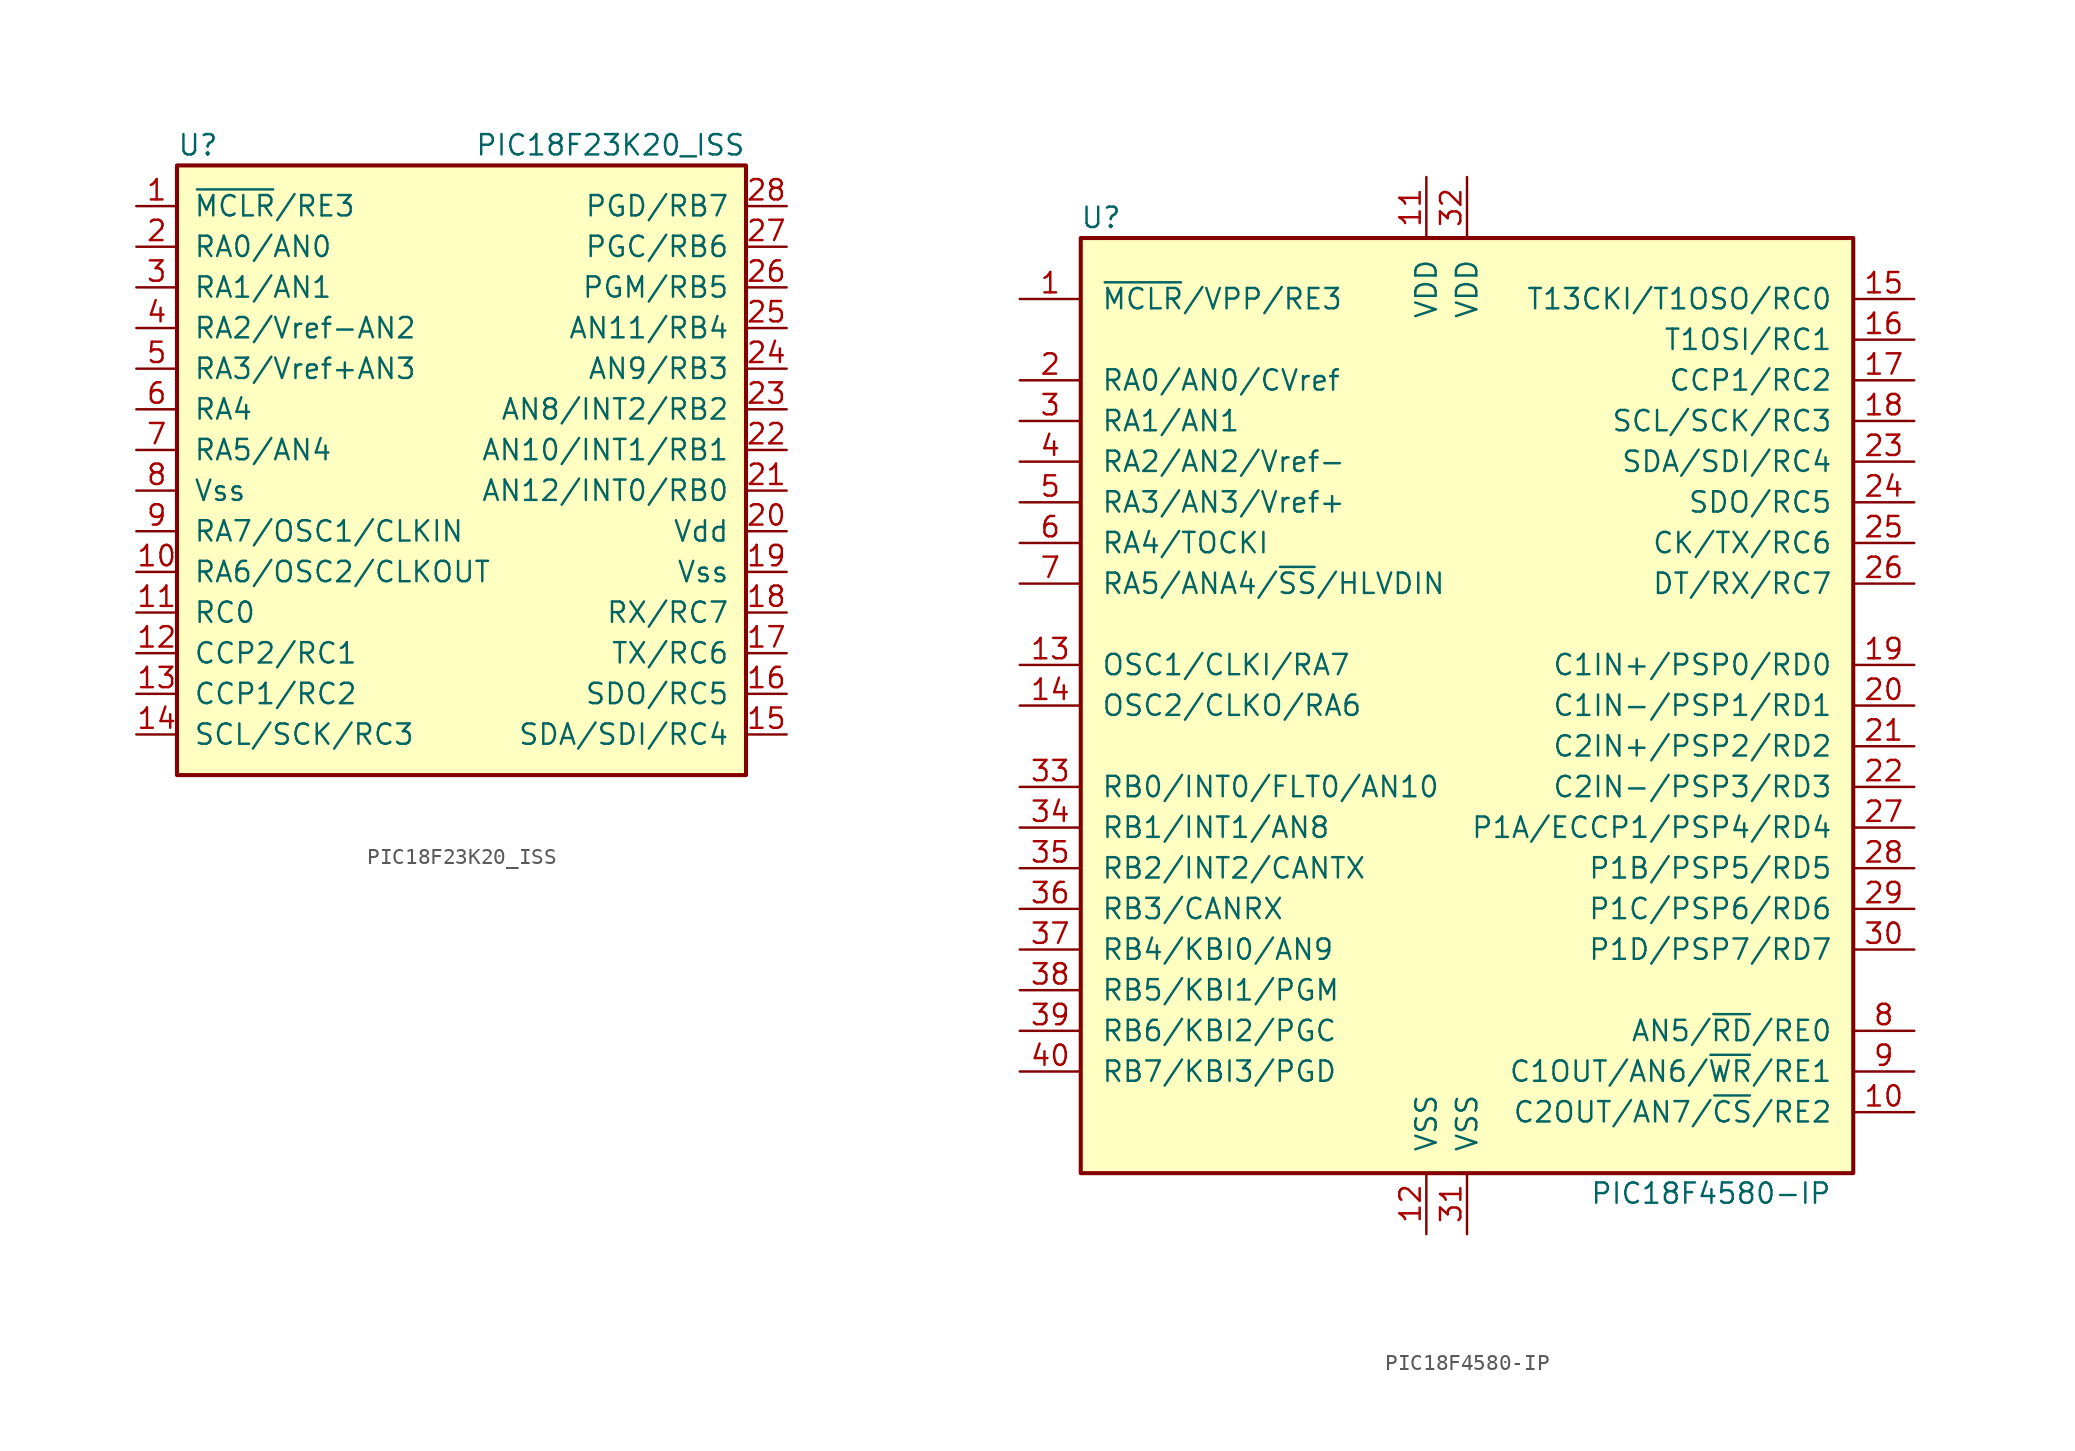
<source format=kicad_sym>
(kicad_symbol_lib
  (version 20211014)
  (generator kicad_symbol_editor)
  (symbol "PIC18F23K20_ISS"
    (pin_names
      (offset 1.016))
    (property "Reference" "U"
      (at -17.78 24.13 0)
      (effects (font (size 1.27 1.27)) (justify left)))
    (property "Value" "PIC18F23K20_ISS"
      (at 17.78 24.13 0)
      (effects (font (size 1.27 1.27)) (justify right)))
    (symbol "PIC18F23K20_ISS_0_1"
      (rectangle (start -17.78 22.86) (end 17.78 -15.24) (stroke (width 0.254) (type default) (color 0 0 0 0)) (fill (type background))))
    (symbol "PIC18F23K20_ISS_1_1"
      (pin bidirectional line (at -20.32 20.32 0) (length 2.54) (name "~{MCLR}/RE3" (effects (font (size 1.27 1.27)))) (number "1" (effects (font (size 1.27 1.27)))))
      (pin input line (at -20.32 -2.54 0) (length 2.54) (name "RA6/OSC2/CLKOUT" (effects (font (size 1.27 1.27)))) (number "10" (effects (font (size 1.27 1.27)))))
      (pin bidirectional line (at -20.32 -5.08 0) (length 2.54) (name "RC0" (effects (font (size 1.27 1.27)))) (number "11" (effects (font (size 1.27 1.27)))))
      (pin bidirectional line (at -20.32 -7.62 0) (length 2.54) (name "CCP2/RC1" (effects (font (size 1.27 1.27)))) (number "12" (effects (font (size 1.27 1.27)))))
      (pin bidirectional line (at -20.32 -10.16 0) (length 2.54) (name "CCP1/RC2" (effects (font (size 1.27 1.27)))) (number "13" (effects (font (size 1.27 1.27)))))
      (pin bidirectional line (at -20.32 -12.7 0) (length 2.54) (name "SCL/SCK/RC3" (effects (font (size 1.27 1.27)))) (number "14" (effects (font (size 1.27 1.27)))))
      (pin bidirectional line (at 20.32 -12.7 180) (length 2.54) (name "SDA/SDI/RC4" (effects (font (size 1.27 1.27)))) (number "15" (effects (font (size 1.27 1.27)))))
      (pin bidirectional line (at 20.32 -10.16 180) (length 2.54) (name "SDO/RC5" (effects (font (size 1.27 1.27)))) (number "16" (effects (font (size 1.27 1.27)))))
      (pin bidirectional line (at 20.32 -7.62 180) (length 2.54) (name "TX/RC6" (effects (font (size 1.27 1.27)))) (number "17" (effects (font (size 1.27 1.27)))))
      (pin bidirectional line (at 20.32 -5.08 180) (length 2.54) (name "RX/RC7" (effects (font (size 1.27 1.27)))) (number "18" (effects (font (size 1.27 1.27)))))
      (pin power_in line (at 20.32 -2.54 180) (length 2.54) (name "Vss" (effects (font (size 1.27 1.27)))) (number "19" (effects (font (size 1.27 1.27)))))
      (pin bidirectional line (at -20.32 17.78 0) (length 2.54) (name "RA0/AN0" (effects (font (size 1.27 1.27)))) (number "2" (effects (font (size 1.27 1.27)))))
      (pin power_in line (at 20.32 0 180) (length 2.54) (name "Vdd" (effects (font (size 1.27 1.27)))) (number "20" (effects (font (size 1.27 1.27)))))
      (pin bidirectional line (at 20.32 2.54 180) (length 2.54) (name "AN12/INT0/RB0" (effects (font (size 1.27 1.27)))) (number "21" (effects (font (size 1.27 1.27)))))
      (pin bidirectional line (at 20.32 5.08 180) (length 2.54) (name "AN10/INT1/RB1" (effects (font (size 1.27 1.27)))) (number "22" (effects (font (size 1.27 1.27)))))
      (pin bidirectional line (at 20.32 7.62 180) (length 2.54) (name "AN8/INT2/RB2" (effects (font (size 1.27 1.27)))) (number "23" (effects (font (size 1.27 1.27)))))
      (pin bidirectional line (at 20.32 10.16 180) (length 2.54) (name "AN9/RB3" (effects (font (size 1.27 1.27)))) (number "24" (effects (font (size 1.27 1.27)))))
      (pin bidirectional line (at 20.32 12.7 180) (length 2.54) (name "AN11/RB4" (effects (font (size 1.27 1.27)))) (number "25" (effects (font (size 1.27 1.27)))))
      (pin bidirectional line (at 20.32 15.24 180) (length 2.54) (name "PGM/RB5" (effects (font (size 1.27 1.27)))) (number "26" (effects (font (size 1.27 1.27)))))
      (pin bidirectional line (at 20.32 17.78 180) (length 2.54) (name "PGC/RB6" (effects (font (size 1.27 1.27)))) (number "27" (effects (font (size 1.27 1.27)))))
      (pin bidirectional line (at 20.32 20.32 180) (length 2.54) (name "PGD/RB7" (effects (font (size 1.27 1.27)))) (number "28" (effects (font (size 1.27 1.27)))))
      (pin bidirectional line (at -20.32 15.24 0) (length 2.54) (name "RA1/AN1" (effects (font (size 1.27 1.27)))) (number "3" (effects (font (size 1.27 1.27)))))
      (pin bidirectional line (at -20.32 12.7 0) (length 2.54) (name "RA2/Vref-AN2" (effects (font (size 1.27 1.27)))) (number "4" (effects (font (size 1.27 1.27)))))
      (pin bidirectional line (at -20.32 10.16 0) (length 2.54) (name "RA3/Vref+AN3" (effects (font (size 1.27 1.27)))) (number "5" (effects (font (size 1.27 1.27)))))
      (pin power_in line (at -20.32 7.62 0) (length 2.54) (name "RA4" (effects (font (size 1.27 1.27)))) (number "6" (effects (font (size 1.27 1.27)))))
      (pin bidirectional line (at -20.32 5.08 0) (length 2.54) (name "RA5/AN4" (effects (font (size 1.27 1.27)))) (number "7" (effects (font (size 1.27 1.27)))))
      (pin power_in line (at -20.32 2.54 0) (length 2.54) (name "Vss" (effects (font (size 1.27 1.27)))) (number "8" (effects (font (size 1.27 1.27)))))
      (pin input line (at -20.32 0 0) (length 2.54) (name "RA7/OSC1/CLKIN" (effects (font (size 1.27 1.27)))) (number "9" (effects (font (size 1.27 1.27)))))))
  (symbol "PIC18F4580-IP"
    (pin_names
      (offset 1.27))
    (property "Reference" "U"
      (at -22.86 30.48 0)
      (effects (font (size 1.27 1.27))))
    (property "Value" "PIC18F4580-IP"
      (at 15.24 -30.48 0)
      (effects (font (size 1.27 1.27))))
    (symbol "PIC18F4580-IP_0_1"
      (rectangle (start -24.13 -29.21) (end 24.13 29.21) (stroke (width 0.254) (type default) (color 0 0 0 0)) (fill (type background))))
    (symbol "PIC18F4580-IP_1_1"
      (pin input line (at -27.94 25.4 0) (length 3.81) (name "~{MCLR}/VPP/RE3" (effects (font (size 1.27 1.27)))) (number "1" (effects (font (size 1.27 1.27)))))
      (pin bidirectional line (at 27.94 -25.4 180) (length 3.81) (name "C2OUT/AN7/~{CS}/RE2" (effects (font (size 1.27 1.27)))) (number "10" (effects (font (size 1.27 1.27)))))
      (pin power_in line (at -2.54 33.02 270) (length 3.81) (name "VDD" (effects (font (size 1.27 1.27)))) (number "11" (effects (font (size 1.27 1.27)))))
      (pin power_in line (at -2.54 -33.02 90) (length 3.81) (name "VSS" (effects (font (size 1.27 1.27)))) (number "12" (effects (font (size 1.27 1.27)))))
      (pin input line (at -27.94 2.54 0) (length 3.81) (name "OSC1/CLKI/RA7" (effects (font (size 1.27 1.27)))) (number "13" (effects (font (size 1.27 1.27)))))
      (pin output line (at -27.94 0 0) (length 3.81) (name "OSC2/CLKO/RA6" (effects (font (size 1.27 1.27)))) (number "14" (effects (font (size 1.27 1.27)))))
      (pin bidirectional line (at 27.94 25.4 180) (length 3.81) (name "T13CKI/T1OSO/RC0" (effects (font (size 1.27 1.27)))) (number "15" (effects (font (size 1.27 1.27)))))
      (pin bidirectional line (at 27.94 22.86 180) (length 3.81) (name "T1OSI/RC1" (effects (font (size 1.27 1.27)))) (number "16" (effects (font (size 1.27 1.27)))))
      (pin bidirectional line (at 27.94 20.32 180) (length 3.81) (name "CCP1/RC2" (effects (font (size 1.27 1.27)))) (number "17" (effects (font (size 1.27 1.27)))))
      (pin bidirectional line (at 27.94 17.78 180) (length 3.81) (name "SCL/SCK/RC3" (effects (font (size 1.27 1.27)))) (number "18" (effects (font (size 1.27 1.27)))))
      (pin bidirectional line (at 27.94 2.54 180) (length 3.81) (name "C1IN+/PSP0/RD0" (effects (font (size 1.27 1.27)))) (number "19" (effects (font (size 1.27 1.27)))))
      (pin bidirectional line (at -27.94 20.32 0) (length 3.81) (name "RA0/AN0/CVref" (effects (font (size 1.27 1.27)))) (number "2" (effects (font (size 1.27 1.27)))))
      (pin bidirectional line (at 27.94 0 180) (length 3.81) (name "C1IN-/PSP1/RD1" (effects (font (size 1.27 1.27)))) (number "20" (effects (font (size 1.27 1.27)))))
      (pin bidirectional line (at 27.94 -2.54 180) (length 3.81) (name "C2IN+/PSP2/RD2" (effects (font (size 1.27 1.27)))) (number "21" (effects (font (size 1.27 1.27)))))
      (pin bidirectional line (at 27.94 -5.08 180) (length 3.81) (name "C2IN-/PSP3/RD3" (effects (font (size 1.27 1.27)))) (number "22" (effects (font (size 1.27 1.27)))))
      (pin bidirectional line (at 27.94 15.24 180) (length 3.81) (name "SDA/SDI/RC4" (effects (font (size 1.27 1.27)))) (number "23" (effects (font (size 1.27 1.27)))))
      (pin bidirectional line (at 27.94 12.7 180) (length 3.81) (name "SDO/RC5" (effects (font (size 1.27 1.27)))) (number "24" (effects (font (size 1.27 1.27)))))
      (pin bidirectional line (at 27.94 10.16 180) (length 3.81) (name "CK/TX/RC6" (effects (font (size 1.27 1.27)))) (number "25" (effects (font (size 1.27 1.27)))))
      (pin bidirectional line (at 27.94 7.62 180) (length 3.81) (name "DT/RX/RC7" (effects (font (size 1.27 1.27)))) (number "26" (effects (font (size 1.27 1.27)))))
      (pin bidirectional line (at 27.94 -7.62 180) (length 3.81) (name "P1A/ECCP1/PSP4/RD4" (effects (font (size 1.27 1.27)))) (number "27" (effects (font (size 1.27 1.27)))))
      (pin bidirectional line (at 27.94 -10.16 180) (length 3.81) (name "P1B/PSP5/RD5" (effects (font (size 1.27 1.27)))) (number "28" (effects (font (size 1.27 1.27)))))
      (pin bidirectional line (at 27.94 -12.7 180) (length 3.81) (name "P1C/PSP6/RD6" (effects (font (size 1.27 1.27)))) (number "29" (effects (font (size 1.27 1.27)))))
      (pin bidirectional line (at -27.94 17.78 0) (length 3.81) (name "RA1/AN1" (effects (font (size 1.27 1.27)))) (number "3" (effects (font (size 1.27 1.27)))))
      (pin bidirectional line (at 27.94 -15.24 180) (length 3.81) (name "P1D/PSP7/RD7" (effects (font (size 1.27 1.27)))) (number "30" (effects (font (size 1.27 1.27)))))
      (pin power_in line (at 0 -33.02 90) (length 3.81) (name "VSS" (effects (font (size 1.27 1.27)))) (number "31" (effects (font (size 1.27 1.27)))))
      (pin power_in line (at 0 33.02 270) (length 3.81) (name "VDD" (effects (font (size 1.27 1.27)))) (number "32" (effects (font (size 1.27 1.27)))))
      (pin bidirectional line (at -27.94 -5.08 0) (length 3.81) (name "RB0/INT0/FLT0/AN10" (effects (font (size 1.27 1.27)))) (number "33" (effects (font (size 1.27 1.27)))))
      (pin bidirectional line (at -27.94 -7.62 0) (length 3.81) (name "RB1/INT1/AN8" (effects (font (size 1.27 1.27)))) (number "34" (effects (font (size 1.27 1.27)))))
      (pin bidirectional line (at -27.94 -10.16 0) (length 3.81) (name "RB2/INT2/CANTX" (effects (font (size 1.27 1.27)))) (number "35" (effects (font (size 1.27 1.27)))))
      (pin bidirectional line (at -27.94 -12.7 0) (length 3.81) (name "RB3/CANRX" (effects (font (size 1.27 1.27)))) (number "36" (effects (font (size 1.27 1.27)))))
      (pin bidirectional line (at -27.94 -15.24 0) (length 3.81) (name "RB4/KBI0/AN9" (effects (font (size 1.27 1.27)))) (number "37" (effects (font (size 1.27 1.27)))))
      (pin bidirectional line (at -27.94 -17.78 0) (length 3.81) (name "RB5/KBI1/PGM" (effects (font (size 1.27 1.27)))) (number "38" (effects (font (size 1.27 1.27)))))
      (pin bidirectional line (at -27.94 -20.32 0) (length 3.81) (name "RB6/KBI2/PGC" (effects (font (size 1.27 1.27)))) (number "39" (effects (font (size 1.27 1.27)))))
      (pin bidirectional line (at -27.94 15.24 0) (length 3.81) (name "RA2/AN2/Vref-" (effects (font (size 1.27 1.27)))) (number "4" (effects (font (size 1.27 1.27)))))
      (pin bidirectional line (at -27.94 -22.86 0) (length 3.81) (name "RB7/KBI3/PGD" (effects (font (size 1.27 1.27)))) (number "40" (effects (font (size 1.27 1.27)))))
      (pin bidirectional line (at -27.94 12.7 0) (length 3.81) (name "RA3/AN3/Vref+" (effects (font (size 1.27 1.27)))) (number "5" (effects (font (size 1.27 1.27)))))
      (pin bidirectional line (at -27.94 10.16 0) (length 3.81) (name "RA4/TOCKI" (effects (font (size 1.27 1.27)))) (number "6" (effects (font (size 1.27 1.27)))))
      (pin bidirectional line (at -27.94 7.62 0) (length 3.81) (name "RA5/ANA4/~{SS}/HLVDIN" (effects (font (size 1.27 1.27)))) (number "7" (effects (font (size 1.27 1.27)))))
      (pin bidirectional line (at 27.94 -20.32 180) (length 3.81) (name "AN5/~{RD}/RE0" (effects (font (size 1.27 1.27)))) (number "8" (effects (font (size 1.27 1.27)))))
      (pin bidirectional line (at 27.94 -22.86 180) (length 3.81) (name "C1OUT/AN6/~{WR}/RE1" (effects (font (size 1.27 1.27)))) (number "9" (effects (font (size 1.27 1.27))))))))
</source>
